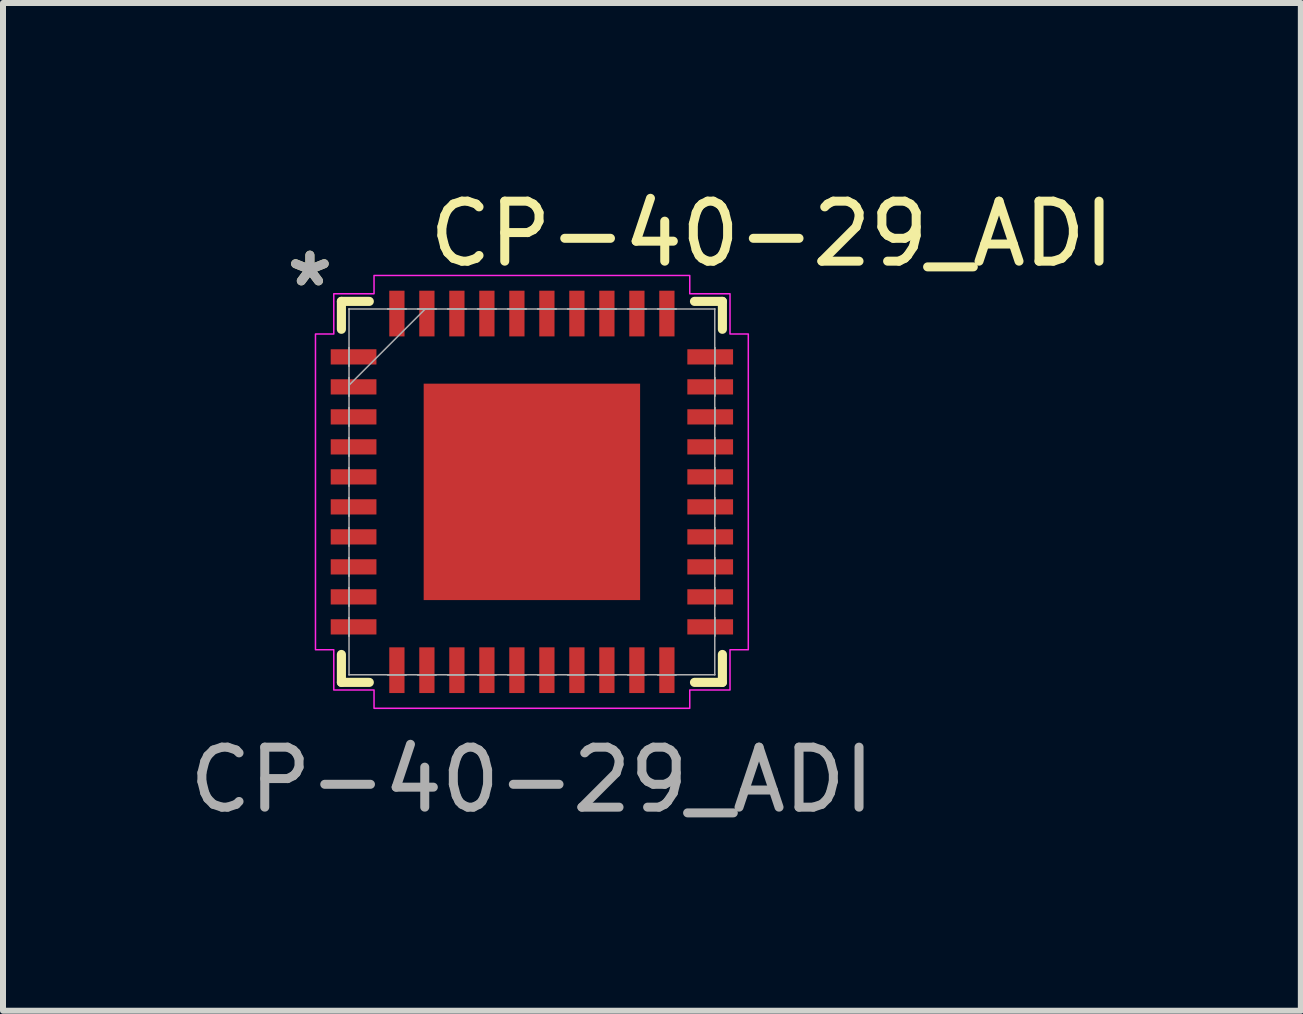
<source format=kicad_pcb>
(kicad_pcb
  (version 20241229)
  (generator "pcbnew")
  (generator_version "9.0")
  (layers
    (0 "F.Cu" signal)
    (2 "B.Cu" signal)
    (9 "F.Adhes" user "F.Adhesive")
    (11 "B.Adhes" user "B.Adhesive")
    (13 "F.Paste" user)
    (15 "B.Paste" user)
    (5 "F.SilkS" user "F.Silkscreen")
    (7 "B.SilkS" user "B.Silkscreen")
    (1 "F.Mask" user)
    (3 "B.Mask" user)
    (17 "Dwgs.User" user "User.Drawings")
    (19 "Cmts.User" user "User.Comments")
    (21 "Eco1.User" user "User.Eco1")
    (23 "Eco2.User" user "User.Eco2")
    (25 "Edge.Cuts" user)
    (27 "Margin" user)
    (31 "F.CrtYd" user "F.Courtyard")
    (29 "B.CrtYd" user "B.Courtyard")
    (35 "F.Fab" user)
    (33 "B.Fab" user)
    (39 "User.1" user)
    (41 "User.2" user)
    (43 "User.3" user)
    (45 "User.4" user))
  (footprint "CP-40-29_ADI"
    (layer "F.Cu")
    (at 5.815 5.148)
    (property "Reference" "CP-40-29_ADI" (at 4 -4.3 0) (unlocked yes) (layer "F.SilkS") (effects (font (size 1 1) (thickness 0.15))))
    (attr smd)
    (fp_line (start -3.175 -3.175) (end -3.175 -2.71) (stroke (width 0.152) (type solid)) (layer "F.SilkS"))
    (fp_line (start -3.175 2.71) (end -3.175 3.175) (stroke (width 0.152) (type solid)) (layer "F.SilkS"))
    (fp_line (start -3.175 3.175) (end -2.71 3.175) (stroke (width 0.152) (type solid)) (layer "F.SilkS"))
    (fp_line (start -2.71 -3.175) (end -3.175 -3.175) (stroke (width 0.152) (type solid)) (layer "F.SilkS"))
    (fp_line (start 2.71 3.175) (end 3.175 3.175) (stroke (width 0.152) (type solid)) (layer "F.SilkS"))
    (fp_line (start 3.175 -3.175) (end 2.71 -3.175) (stroke (width 0.152) (type solid)) (layer "F.SilkS"))
    (fp_line (start 3.175 -2.71) (end 3.175 -3.175) (stroke (width 0.152) (type solid)) (layer "F.SilkS"))
    (fp_line (start 3.175 3.175) (end 3.175 2.71) (stroke (width 0.152) (type solid)) (layer "F.SilkS"))
    (fp_poly (pts (xy -1.703 -1.703) (xy -1.703 -0.1) (xy -0.1 -0.1) (xy -0.1 -1.703)) (stroke (width 0) (type solid)) (fill yes) (layer "F.Paste"))
    (fp_poly (pts (xy -1.703 0.1) (xy -1.703 1.703) (xy -0.1 1.703) (xy -0.1 0.1)) (stroke (width 0) (type solid)) (fill yes) (layer "F.Paste"))
    (fp_poly (pts (xy 0.1 -1.703) (xy 0.1 -0.1) (xy 1.703 -0.1) (xy 1.703 -1.703)) (stroke (width 0) (type solid)) (fill yes) (layer "F.Paste"))
    (fp_poly (pts (xy 0.1 0.1) (xy 0.1 1.703) (xy 1.703 1.703) (xy 1.703 0.1)) (stroke (width 0) (type solid)) (fill yes) (layer "F.Paste"))
    (fp_poly (pts (xy -3.607 -2.631) (xy -3.302 -2.631) (xy -3.302 -3.302) (xy -2.631 -3.302) (xy -2.631 -3.607) (xy 2.631 -3.607) (xy 2.631 -3.302) (xy 3.302 -3.302) (xy 3.302 -2.631) (xy 3.607 -2.631) (xy 3.607 2.631) (xy 3.302 2.631) (xy 3.302 3.302) (xy 2.631 3.302) (xy 2.631 3.607) (xy -2.631 3.607) (xy -2.631 3.302) (xy -3.302 3.302) (xy -3.302 2.631) (xy -3.607 2.631)) (stroke (width 0.025) (type solid)) (fill no) (layer "F.CrtYd"))
    (fp_line (start -3.048 -3.048) (end -3.048 -3.048) (stroke (width 0.025) (type solid)) (layer "F.Fab"))
    (fp_line (start -3.048 -3.048) (end -3.048 3.048) (stroke (width 0.025) (type solid)) (layer "F.Fab"))
    (fp_line (start -3.048 -2.402) (end -3.048 -2.402) (stroke (width 0.025) (type solid)) (layer "F.Fab"))
    (fp_line (start -3.048 -2.402) (end -3.048 -2.098) (stroke (width 0.025) (type solid)) (layer "F.Fab"))
    (fp_line (start -3.048 -2.098) (end -3.048 -2.402) (stroke (width 0.025) (type solid)) (layer "F.Fab"))
    (fp_line (start -3.048 -2.098) (end -3.048 -2.098) (stroke (width 0.025) (type solid)) (layer "F.Fab"))
    (fp_line (start -3.048 -1.902) (end -3.048 -1.902) (stroke (width 0.025) (type solid)) (layer "F.Fab"))
    (fp_line (start -3.048 -1.902) (end -3.048 -1.598) (stroke (width 0.025) (type solid)) (layer "F.Fab"))
    (fp_line (start -3.048 -1.778) (end -1.778 -3.048) (stroke (width 0.025) (type solid)) (layer "F.Fab"))
    (fp_line (start -3.048 -1.598) (end -3.048 -1.902) (stroke (width 0.025) (type solid)) (layer "F.Fab"))
    (fp_line (start -3.048 -1.598) (end -3.048 -1.598) (stroke (width 0.025) (type solid)) (layer "F.Fab"))
    (fp_line (start -3.048 -1.402) (end -3.048 -1.402) (stroke (width 0.025) (type solid)) (layer "F.Fab"))
    (fp_line (start -3.048 -1.402) (end -3.048 -1.098) (stroke (width 0.025) (type solid)) (layer "F.Fab"))
    (fp_line (start -3.048 -1.098) (end -3.048 -1.402) (stroke (width 0.025) (type solid)) (layer "F.Fab"))
    (fp_line (start -3.048 -1.098) (end -3.048 -1.098) (stroke (width 0.025) (type solid)) (layer "F.Fab"))
    (fp_line (start -3.048 -0.902) (end -3.048 -0.902) (stroke (width 0.025) (type solid)) (layer "F.Fab"))
    (fp_line (start -3.048 -0.902) (end -3.048 -0.598) (stroke (width 0.025) (type solid)) (layer "F.Fab"))
    (fp_line (start -3.048 -0.598) (end -3.048 -0.902) (stroke (width 0.025) (type solid)) (layer "F.Fab"))
    (fp_line (start -3.048 -0.598) (end -3.048 -0.598) (stroke (width 0.025) (type solid)) (layer "F.Fab"))
    (fp_line (start -3.048 -0.402) (end -3.048 -0.402) (stroke (width 0.025) (type solid)) (layer "F.Fab"))
    (fp_line (start -3.048 -0.402) (end -3.048 -0.098) (stroke (width 0.025) (type solid)) (layer "F.Fab"))
    (fp_line (start -3.048 -0.098) (end -3.048 -0.402) (stroke (width 0.025) (type solid)) (layer "F.Fab"))
    (fp_line (start -3.048 -0.098) (end -3.048 -0.098) (stroke (width 0.025) (type solid)) (layer "F.Fab"))
    (fp_line (start -3.048 0.098) (end -3.048 0.098) (stroke (width 0.025) (type solid)) (layer "F.Fab"))
    (fp_line (start -3.048 0.098) (end -3.048 0.402) (stroke (width 0.025) (type solid)) (layer "F.Fab"))
    (fp_line (start -3.048 0.402) (end -3.048 0.098) (stroke (width 0.025) (type solid)) (layer "F.Fab"))
    (fp_line (start -3.048 0.402) (end -3.048 0.402) (stroke (width 0.025) (type solid)) (layer "F.Fab"))
    (fp_line (start -3.048 0.598) (end -3.048 0.598) (stroke (width 0.025) (type solid)) (layer "F.Fab"))
    (fp_line (start -3.048 0.598) (end -3.048 0.902) (stroke (width 0.025) (type solid)) (layer "F.Fab"))
    (fp_line (start -3.048 0.902) (end -3.048 0.598) (stroke (width 0.025) (type solid)) (layer "F.Fab"))
    (fp_line (start -3.048 0.902) (end -3.048 0.902) (stroke (width 0.025) (type solid)) (layer "F.Fab"))
    (fp_line (start -3.048 1.098) (end -3.048 1.098) (stroke (width 0.025) (type solid)) (layer "F.Fab"))
    (fp_line (start -3.048 1.098) (end -3.048 1.402) (stroke (width 0.025) (type solid)) (layer "F.Fab"))
    (fp_line (start -3.048 1.402) (end -3.048 1.098) (stroke (width 0.025) (type solid)) (layer "F.Fab"))
    (fp_line (start -3.048 1.402) (end -3.048 1.402) (stroke (width 0.025) (type solid)) (layer "F.Fab"))
    (fp_line (start -3.048 1.598) (end -3.048 1.598) (stroke (width 0.025) (type solid)) (layer "F.Fab"))
    (fp_line (start -3.048 1.598) (end -3.048 1.902) (stroke (width 0.025) (type solid)) (layer "F.Fab"))
    (fp_line (start -3.048 1.902) (end -3.048 1.598) (stroke (width 0.025) (type solid)) (layer "F.Fab"))
    (fp_line (start -3.048 1.902) (end -3.048 1.902) (stroke (width 0.025) (type solid)) (layer "F.Fab"))
    (fp_line (start -3.048 2.098) (end -3.048 2.098) (stroke (width 0.025) (type solid)) (layer "F.Fab"))
    (fp_line (start -3.048 2.098) (end -3.048 2.402) (stroke (width 0.025) (type solid)) (layer "F.Fab"))
    (fp_line (start -3.048 2.402) (end -3.048 2.098) (stroke (width 0.025) (type solid)) (layer "F.Fab"))
    (fp_line (start -3.048 2.402) (end -3.048 2.402) (stroke (width 0.025) (type solid)) (layer "F.Fab"))
    (fp_line (start -3.048 3.048) (end -3.048 3.048) (stroke (width 0.025) (type solid)) (layer "F.Fab"))
    (fp_line (start -3.048 3.048) (end 3.048 3.048) (stroke (width 0.025) (type solid)) (layer "F.Fab"))
    (fp_line (start -2.402 -3.048) (end -2.402 -3.048) (stroke (width 0.025) (type solid)) (layer "F.Fab"))
    (fp_line (start -2.402 -3.048) (end -2.098 -3.048) (stroke (width 0.025) (type solid)) (layer "F.Fab"))
    (fp_line (start -2.402 3.048) (end -2.402 3.048) (stroke (width 0.025) (type solid)) (layer "F.Fab"))
    (fp_line (start -2.402 3.048) (end -2.098 3.048) (stroke (width 0.025) (type solid)) (layer "F.Fab"))
    (fp_line (start -2.098 -3.048) (end -2.402 -3.048) (stroke (width 0.025) (type solid)) (layer "F.Fab"))
    (fp_line (start -2.098 -3.048) (end -2.098 -3.048) (stroke (width 0.025) (type solid)) (layer "F.Fab"))
    (fp_line (start -2.098 3.048) (end -2.402 3.048) (stroke (width 0.025) (type solid)) (layer "F.Fab"))
    (fp_line (start -2.098 3.048) (end -2.098 3.048) (stroke (width 0.025) (type solid)) (layer "F.Fab"))
    (fp_line (start -1.902 -3.048) (end -1.902 -3.048) (stroke (width 0.025) (type solid)) (layer "F.Fab"))
    (fp_line (start -1.902 -3.048) (end -1.598 -3.048) (stroke (width 0.025) (type solid)) (layer "F.Fab"))
    (fp_line (start -1.902 3.048) (end -1.902 3.048) (stroke (width 0.025) (type solid)) (layer "F.Fab"))
    (fp_line (start -1.902 3.048) (end -1.598 3.048) (stroke (width 0.025) (type solid)) (layer "F.Fab"))
    (fp_line (start -1.598 -3.048) (end -1.902 -3.048) (stroke (width 0.025) (type solid)) (layer "F.Fab"))
    (fp_line (start -1.598 -3.048) (end -1.598 -3.048) (stroke (width 0.025) (type solid)) (layer "F.Fab"))
    (fp_line (start -1.598 3.048) (end -1.902 3.048) (stroke (width 0.025) (type solid)) (layer "F.Fab"))
    (fp_line (start -1.598 3.048) (end -1.598 3.048) (stroke (width 0.025) (type solid)) (layer "F.Fab"))
    (fp_line (start -1.402 -3.048) (end -1.402 -3.048) (stroke (width 0.025) (type solid)) (layer "F.Fab"))
    (fp_line (start -1.402 -3.048) (end -1.098 -3.048) (stroke (width 0.025) (type solid)) (layer "F.Fab"))
    (fp_line (start -1.402 3.048) (end -1.402 3.048) (stroke (width 0.025) (type solid)) (layer "F.Fab"))
    (fp_line (start -1.402 3.048) (end -1.098 3.048) (stroke (width 0.025) (type solid)) (layer "F.Fab"))
    (fp_line (start -1.098 -3.048) (end -1.402 -3.048) (stroke (width 0.025) (type solid)) (layer "F.Fab"))
    (fp_line (start -1.098 -3.048) (end -1.098 -3.048) (stroke (width 0.025) (type solid)) (layer "F.Fab"))
    (fp_line (start -1.098 3.048) (end -1.402 3.048) (stroke (width 0.025) (type solid)) (layer "F.Fab"))
    (fp_line (start -1.098 3.048) (end -1.098 3.048) (stroke (width 0.025) (type solid)) (layer "F.Fab"))
    (fp_line (start -0.902 -3.048) (end -0.902 -3.048) (stroke (width 0.025) (type solid)) (layer "F.Fab"))
    (fp_line (start -0.902 -3.048) (end -0.598 -3.048) (stroke (width 0.025) (type solid)) (layer "F.Fab"))
    (fp_line (start -0.902 3.048) (end -0.902 3.048) (stroke (width 0.025) (type solid)) (layer "F.Fab"))
    (fp_line (start -0.902 3.048) (end -0.598 3.048) (stroke (width 0.025) (type solid)) (layer "F.Fab"))
    (fp_line (start -0.598 -3.048) (end -0.902 -3.048) (stroke (width 0.025) (type solid)) (layer "F.Fab"))
    (fp_line (start -0.598 -3.048) (end -0.598 -3.048) (stroke (width 0.025) (type solid)) (layer "F.Fab"))
    (fp_line (start -0.598 3.048) (end -0.902 3.048) (stroke (width 0.025) (type solid)) (layer "F.Fab"))
    (fp_line (start -0.598 3.048) (end -0.598 3.048) (stroke (width 0.025) (type solid)) (layer "F.Fab"))
    (fp_line (start -0.402 -3.048) (end -0.402 -3.048) (stroke (width 0.025) (type solid)) (layer "F.Fab"))
    (fp_line (start -0.402 -3.048) (end -0.098 -3.048) (stroke (width 0.025) (type solid)) (layer "F.Fab"))
    (fp_line (start -0.402 3.048) (end -0.402 3.048) (stroke (width 0.025) (type solid)) (layer "F.Fab"))
    (fp_line (start -0.402 3.048) (end -0.098 3.048) (stroke (width 0.025) (type solid)) (layer "F.Fab"))
    (fp_line (start -0.098 -3.048) (end -0.402 -3.048) (stroke (width 0.025) (type solid)) (layer "F.Fab"))
    (fp_line (start -0.098 -3.048) (end -0.098 -3.048) (stroke (width 0.025) (type solid)) (layer "F.Fab"))
    (fp_line (start -0.098 3.048) (end -0.402 3.048) (stroke (width 0.025) (type solid)) (layer "F.Fab"))
    (fp_line (start -0.098 3.048) (end -0.098 3.048) (stroke (width 0.025) (type solid)) (layer "F.Fab"))
    (fp_line (start 0.098 -3.048) (end 0.098 -3.048) (stroke (width 0.025) (type solid)) (layer "F.Fab"))
    (fp_line (start 0.098 -3.048) (end 0.402 -3.048) (stroke (width 0.025) (type solid)) (layer "F.Fab"))
    (fp_line (start 0.098 3.048) (end 0.098 3.048) (stroke (width 0.025) (type solid)) (layer "F.Fab"))
    (fp_line (start 0.098 3.048) (end 0.402 3.048) (stroke (width 0.025) (type solid)) (layer "F.Fab"))
    (fp_line (start 0.402 -3.048) (end 0.098 -3.048) (stroke (width 0.025) (type solid)) (layer "F.Fab"))
    (fp_line (start 0.402 -3.048) (end 0.402 -3.048) (stroke (width 0.025) (type solid)) (layer "F.Fab"))
    (fp_line (start 0.402 3.048) (end 0.098 3.048) (stroke (width 0.025) (type solid)) (layer "F.Fab"))
    (fp_line (start 0.402 3.048) (end 0.402 3.048) (stroke (width 0.025) (type solid)) (layer "F.Fab"))
    (fp_line (start 0.598 -3.048) (end 0.598 -3.048) (stroke (width 0.025) (type solid)) (layer "F.Fab"))
    (fp_line (start 0.598 -3.048) (end 0.902 -3.048) (stroke (width 0.025) (type solid)) (layer "F.Fab"))
    (fp_line (start 0.598 3.048) (end 0.598 3.048) (stroke (width 0.025) (type solid)) (layer "F.Fab"))
    (fp_line (start 0.598 3.048) (end 0.902 3.048) (stroke (width 0.025) (type solid)) (layer "F.Fab"))
    (fp_line (start 0.902 -3.048) (end 0.598 -3.048) (stroke (width 0.025) (type solid)) (layer "F.Fab"))
    (fp_line (start 0.902 -3.048) (end 0.902 -3.048) (stroke (width 0.025) (type solid)) (layer "F.Fab"))
    (fp_line (start 0.902 3.048) (end 0.598 3.048) (stroke (width 0.025) (type solid)) (layer "F.Fab"))
    (fp_line (start 0.902 3.048) (end 0.902 3.048) (stroke (width 0.025) (type solid)) (layer "F.Fab"))
    (fp_line (start 1.098 -3.048) (end 1.098 -3.048) (stroke (width 0.025) (type solid)) (layer "F.Fab"))
    (fp_line (start 1.098 -3.048) (end 1.402 -3.048) (stroke (width 0.025) (type solid)) (layer "F.Fab"))
    (fp_line (start 1.098 3.048) (end 1.098 3.048) (stroke (width 0.025) (type solid)) (layer "F.Fab"))
    (fp_line (start 1.098 3.048) (end 1.402 3.048) (stroke (width 0.025) (type solid)) (layer "F.Fab"))
    (fp_line (start 1.402 -3.048) (end 1.098 -3.048) (stroke (width 0.025) (type solid)) (layer "F.Fab"))
    (fp_line (start 1.402 -3.048) (end 1.402 -3.048) (stroke (width 0.025) (type solid)) (layer "F.Fab"))
    (fp_line (start 1.402 3.048) (end 1.098 3.048) (stroke (width 0.025) (type solid)) (layer "F.Fab"))
    (fp_line (start 1.402 3.048) (end 1.402 3.048) (stroke (width 0.025) (type solid)) (layer "F.Fab"))
    (fp_line (start 1.598 -3.048) (end 1.598 -3.048) (stroke (width 0.025) (type solid)) (layer "F.Fab"))
    (fp_line (start 1.598 -3.048) (end 1.902 -3.048) (stroke (width 0.025) (type solid)) (layer "F.Fab"))
    (fp_line (start 1.598 3.048) (end 1.598 3.048) (stroke (width 0.025) (type solid)) (layer "F.Fab"))
    (fp_line (start 1.598 3.048) (end 1.902 3.048) (stroke (width 0.025) (type solid)) (layer "F.Fab"))
    (fp_line (start 1.902 -3.048) (end 1.598 -3.048) (stroke (width 0.025) (type solid)) (layer "F.Fab"))
    (fp_line (start 1.902 -3.048) (end 1.902 -3.048) (stroke (width 0.025) (type solid)) (layer "F.Fab"))
    (fp_line (start 1.902 3.048) (end 1.598 3.048) (stroke (width 0.025) (type solid)) (layer "F.Fab"))
    (fp_line (start 1.902 3.048) (end 1.902 3.048) (stroke (width 0.025) (type solid)) (layer "F.Fab"))
    (fp_line (start 2.098 -3.048) (end 2.098 -3.048) (stroke (width 0.025) (type solid)) (layer "F.Fab"))
    (fp_line (start 2.098 -3.048) (end 2.402 -3.048) (stroke (width 0.025) (type solid)) (layer "F.Fab"))
    (fp_line (start 2.098 3.048) (end 2.098 3.048) (stroke (width 0.025) (type solid)) (layer "F.Fab"))
    (fp_line (start 2.098 3.048) (end 2.402 3.048) (stroke (width 0.025) (type solid)) (layer "F.Fab"))
    (fp_line (start 2.402 -3.048) (end 2.098 -3.048) (stroke (width 0.025) (type solid)) (layer "F.Fab"))
    (fp_line (start 2.402 -3.048) (end 2.402 -3.048) (stroke (width 0.025) (type solid)) (layer "F.Fab"))
    (fp_line (start 2.402 3.048) (end 2.098 3.048) (stroke (width 0.025) (type solid)) (layer "F.Fab"))
    (fp_line (start 2.402 3.048) (end 2.402 3.048) (stroke (width 0.025) (type solid)) (layer "F.Fab"))
    (fp_line (start 3.048 -3.048) (end -3.048 -3.048) (stroke (width 0.025) (type solid)) (layer "F.Fab"))
    (fp_line (start 3.048 -3.048) (end 3.048 -3.048) (stroke (width 0.025) (type solid)) (layer "F.Fab"))
    (fp_line (start 3.048 -2.402) (end 3.048 -2.402) (stroke (width 0.025) (type solid)) (layer "F.Fab"))
    (fp_line (start 3.048 -2.402) (end 3.048 -2.098) (stroke (width 0.025) (type solid)) (layer "F.Fab"))
    (fp_line (start 3.048 -2.098) (end 3.048 -2.402) (stroke (width 0.025) (type solid)) (layer "F.Fab"))
    (fp_line (start 3.048 -2.098) (end 3.048 -2.098) (stroke (width 0.025) (type solid)) (layer "F.Fab"))
    (fp_line (start 3.048 -1.902) (end 3.048 -1.902) (stroke (width 0.025) (type solid)) (layer "F.Fab"))
    (fp_line (start 3.048 -1.902) (end 3.048 -1.598) (stroke (width 0.025) (type solid)) (layer "F.Fab"))
    (fp_line (start 3.048 -1.598) (end 3.048 -1.902) (stroke (width 0.025) (type solid)) (layer "F.Fab"))
    (fp_line (start 3.048 -1.598) (end 3.048 -1.598) (stroke (width 0.025) (type solid)) (layer "F.Fab"))
    (fp_line (start 3.048 -1.402) (end 3.048 -1.402) (stroke (width 0.025) (type solid)) (layer "F.Fab"))
    (fp_line (start 3.048 -1.402) (end 3.048 -1.098) (stroke (width 0.025) (type solid)) (layer "F.Fab"))
    (fp_line (start 3.048 -1.098) (end 3.048 -1.402) (stroke (width 0.025) (type solid)) (layer "F.Fab"))
    (fp_line (start 3.048 -1.098) (end 3.048 -1.098) (stroke (width 0.025) (type solid)) (layer "F.Fab"))
    (fp_line (start 3.048 -0.902) (end 3.048 -0.902) (stroke (width 0.025) (type solid)) (layer "F.Fab"))
    (fp_line (start 3.048 -0.902) (end 3.048 -0.598) (stroke (width 0.025) (type solid)) (layer "F.Fab"))
    (fp_line (start 3.048 -0.598) (end 3.048 -0.902) (stroke (width 0.025) (type solid)) (layer "F.Fab"))
    (fp_line (start 3.048 -0.598) (end 3.048 -0.598) (stroke (width 0.025) (type solid)) (layer "F.Fab"))
    (fp_line (start 3.048 -0.402) (end 3.048 -0.402) (stroke (width 0.025) (type solid)) (layer "F.Fab"))
    (fp_line (start 3.048 -0.402) (end 3.048 -0.098) (stroke (width 0.025) (type solid)) (layer "F.Fab"))
    (fp_line (start 3.048 -0.098) (end 3.048 -0.402) (stroke (width 0.025) (type solid)) (layer "F.Fab"))
    (fp_line (start 3.048 -0.098) (end 3.048 -0.098) (stroke (width 0.025) (type solid)) (layer "F.Fab"))
    (fp_line (start 3.048 0.098) (end 3.048 0.098) (stroke (width 0.025) (type solid)) (layer "F.Fab"))
    (fp_line (start 3.048 0.098) (end 3.048 0.402) (stroke (width 0.025) (type solid)) (layer "F.Fab"))
    (fp_line (start 3.048 0.402) (end 3.048 0.098) (stroke (width 0.025) (type solid)) (layer "F.Fab"))
    (fp_line (start 3.048 0.402) (end 3.048 0.402) (stroke (width 0.025) (type solid)) (layer "F.Fab"))
    (fp_line (start 3.048 0.598) (end 3.048 0.598) (stroke (width 0.025) (type solid)) (layer "F.Fab"))
    (fp_line (start 3.048 0.598) (end 3.048 0.902) (stroke (width 0.025) (type solid)) (layer "F.Fab"))
    (fp_line (start 3.048 0.902) (end 3.048 0.598) (stroke (width 0.025) (type solid)) (layer "F.Fab"))
    (fp_line (start 3.048 0.902) (end 3.048 0.902) (stroke (width 0.025) (type solid)) (layer "F.Fab"))
    (fp_line (start 3.048 1.098) (end 3.048 1.098) (stroke (width 0.025) (type solid)) (layer "F.Fab"))
    (fp_line (start 3.048 1.098) (end 3.048 1.402) (stroke (width 0.025) (type solid)) (layer "F.Fab"))
    (fp_line (start 3.048 1.402) (end 3.048 1.098) (stroke (width 0.025) (type solid)) (layer "F.Fab"))
    (fp_line (start 3.048 1.402) (end 3.048 1.402) (stroke (width 0.025) (type solid)) (layer "F.Fab"))
    (fp_line (start 3.048 1.598) (end 3.048 1.598) (stroke (width 0.025) (type solid)) (layer "F.Fab"))
    (fp_line (start 3.048 1.598) (end 3.048 1.902) (stroke (width 0.025) (type solid)) (layer "F.Fab"))
    (fp_line (start 3.048 1.902) (end 3.048 1.598) (stroke (width 0.025) (type solid)) (layer "F.Fab"))
    (fp_line (start 3.048 1.902) (end 3.048 1.902) (stroke (width 0.025) (type solid)) (layer "F.Fab"))
    (fp_line (start 3.048 2.098) (end 3.048 2.098) (stroke (width 0.025) (type solid)) (layer "F.Fab"))
    (fp_line (start 3.048 2.098) (end 3.048 2.402) (stroke (width 0.025) (type solid)) (layer "F.Fab"))
    (fp_line (start 3.048 2.402) (end 3.048 2.098) (stroke (width 0.025) (type solid)) (layer "F.Fab"))
    (fp_line (start 3.048 2.402) (end 3.048 2.402) (stroke (width 0.025) (type solid)) (layer "F.Fab"))
    (fp_line (start 3.048 3.048) (end 3.048 -3.048) (stroke (width 0.025) (type solid)) (layer "F.Fab"))
    (fp_line (start 3.048 3.048) (end 3.048 3.048) (stroke (width 0.025) (type solid)) (layer "F.Fab"))
    (fp_text user "*" (at -3.7 -3.4 0) (layer "F.SilkS") (effects (font (size 1 1) (thickness 0.15))))
    (fp_text user "${REFERENCE}" (at 0 4.8 0) (unlocked yes) (layer "F.Fab") (effects (font (size 1 1) (thickness 0.15))))
    (fp_text user "*" (at -3.7 -3.4 0) (layer "F.Fab") (effects (font (size 1 1) (thickness 0.15))))
    (pad "1" smd rect (at -2.972 -2.25 90) (size 0.254 0.762) (layers "F.Cu" "F.Mask" "F.Paste"))
    (pad "2" smd rect (at -2.972 -1.75 90) (size 0.254 0.762) (layers "F.Cu" "F.Mask" "F.Paste"))
    (pad "3" smd rect (at -2.972 -1.25 90) (size 0.254 0.762) (layers "F.Cu" "F.Mask" "F.Paste"))
    (pad "4" smd rect (at -2.972 -0.75 90) (size 0.254 0.762) (layers "F.Cu" "F.Mask" "F.Paste"))
    (pad "5" smd rect (at -2.972 -0.25 90) (size 0.254 0.762) (layers "F.Cu" "F.Mask" "F.Paste"))
    (pad "6" smd rect (at -2.972 0.25 90) (size 0.254 0.762) (layers "F.Cu" "F.Mask" "F.Paste"))
    (pad "7" smd rect (at -2.972 0.75 90) (size 0.254 0.762) (layers "F.Cu" "F.Mask" "F.Paste"))
    (pad "8" smd rect (at -2.972 1.25 90) (size 0.254 0.762) (layers "F.Cu" "F.Mask" "F.Paste"))
    (pad "9" smd rect (at -2.972 1.75 90) (size 0.254 0.762) (layers "F.Cu" "F.Mask" "F.Paste"))
    (pad "10" smd rect (at -2.972 2.25 90) (size 0.254 0.762) (layers "F.Cu" "F.Mask" "F.Paste"))
    (pad "11" smd rect (at -2.25 2.972) (size 0.254 0.762) (layers "F.Cu" "F.Mask" "F.Paste"))
    (pad "12" smd rect (at -1.75 2.972) (size 0.254 0.762) (layers "F.Cu" "F.Mask" "F.Paste"))
    (pad "13" smd rect (at -1.25 2.972) (size 0.254 0.762) (layers "F.Cu" "F.Mask" "F.Paste"))
    (pad "14" smd rect (at -0.75 2.972) (size 0.254 0.762) (layers "F.Cu" "F.Mask" "F.Paste"))
    (pad "15" smd rect (at -0.25 2.972) (size 0.254 0.762) (layers "F.Cu" "F.Mask" "F.Paste"))
    (pad "16" smd rect (at 0.25 2.972) (size 0.254 0.762) (layers "F.Cu" "F.Mask" "F.Paste"))
    (pad "17" smd rect (at 0.75 2.972) (size 0.254 0.762) (layers "F.Cu" "F.Mask" "F.Paste"))
    (pad "18" smd rect (at 1.25 2.972) (size 0.254 0.762) (layers "F.Cu" "F.Mask" "F.Paste"))
    (pad "19" smd rect (at 1.75 2.972) (size 0.254 0.762) (layers "F.Cu" "F.Mask" "F.Paste"))
    (pad "20" smd rect (at 2.25 2.972) (size 0.254 0.762) (layers "F.Cu" "F.Mask" "F.Paste"))
    (pad "21" smd rect (at 2.972 2.25 90) (size 0.254 0.762) (layers "F.Cu" "F.Mask" "F.Paste"))
    (pad "22" smd rect (at 2.972 1.75 90) (size 0.254 0.762) (layers "F.Cu" "F.Mask" "F.Paste"))
    (pad "23" smd rect (at 2.972 1.25 90) (size 0.254 0.762) (layers "F.Cu" "F.Mask" "F.Paste"))
    (pad "24" smd rect (at 2.972 0.75 90) (size 0.254 0.762) (layers "F.Cu" "F.Mask" "F.Paste"))
    (pad "25" smd rect (at 2.972 0.25 90) (size 0.254 0.762) (layers "F.Cu" "F.Mask" "F.Paste"))
    (pad "26" smd rect (at 2.972 -0.25 90) (size 0.254 0.762) (layers "F.Cu" "F.Mask" "F.Paste"))
    (pad "27" smd rect (at 2.972 -0.75 90) (size 0.254 0.762) (layers "F.Cu" "F.Mask" "F.Paste"))
    (pad "28" smd rect (at 2.972 -1.25 90) (size 0.254 0.762) (layers "F.Cu" "F.Mask" "F.Paste"))
    (pad "29" smd rect (at 2.972 -1.75 90) (size 0.254 0.762) (layers "F.Cu" "F.Mask" "F.Paste"))
    (pad "30" smd rect (at 2.972 -2.25 90) (size 0.254 0.762) (layers "F.Cu" "F.Mask" "F.Paste"))
    (pad "31" smd rect (at 2.25 -2.972) (size 0.254 0.762) (layers "F.Cu" "F.Mask" "F.Paste"))
    (pad "32" smd rect (at 1.75 -2.972) (size 0.254 0.762) (layers "F.Cu" "F.Mask" "F.Paste"))
    (pad "33" smd rect (at 1.25 -2.972) (size 0.254 0.762) (layers "F.Cu" "F.Mask" "F.Paste"))
    (pad "34" smd rect (at 0.75 -2.972) (size 0.254 0.762) (layers "F.Cu" "F.Mask" "F.Paste"))
    (pad "35" smd rect (at 0.25 -2.972) (size 0.254 0.762) (layers "F.Cu" "F.Mask" "F.Paste"))
    (pad "36" smd rect (at -0.25 -2.972) (size 0.254 0.762) (layers "F.Cu" "F.Mask" "F.Paste"))
    (pad "37" smd rect (at -0.75 -2.972) (size 0.254 0.762) (layers "F.Cu" "F.Mask" "F.Paste"))
    (pad "38" smd rect (at -1.25 -2.972) (size 0.254 0.762) (layers "F.Cu" "F.Mask" "F.Paste"))
    (pad "39" smd rect (at -1.75 -2.972) (size 0.254 0.762) (layers "F.Cu" "F.Mask" "F.Paste"))
    (pad "40" smd rect (at -2.25 -2.972) (size 0.254 0.762) (layers "F.Cu" "F.Mask" "F.Paste"))
    (pad "41" smd rect (at 0 0) (size 3.607 3.607) (layers "F.Cu" "F.Mask" "F.Paste")))
  (gr_rect
    (start -3 -3)
    (end 18.631 13.796)
    (stroke (width 0.1) (type default))
    (fill no)
    (layer "Edge.Cuts")))
</source>
